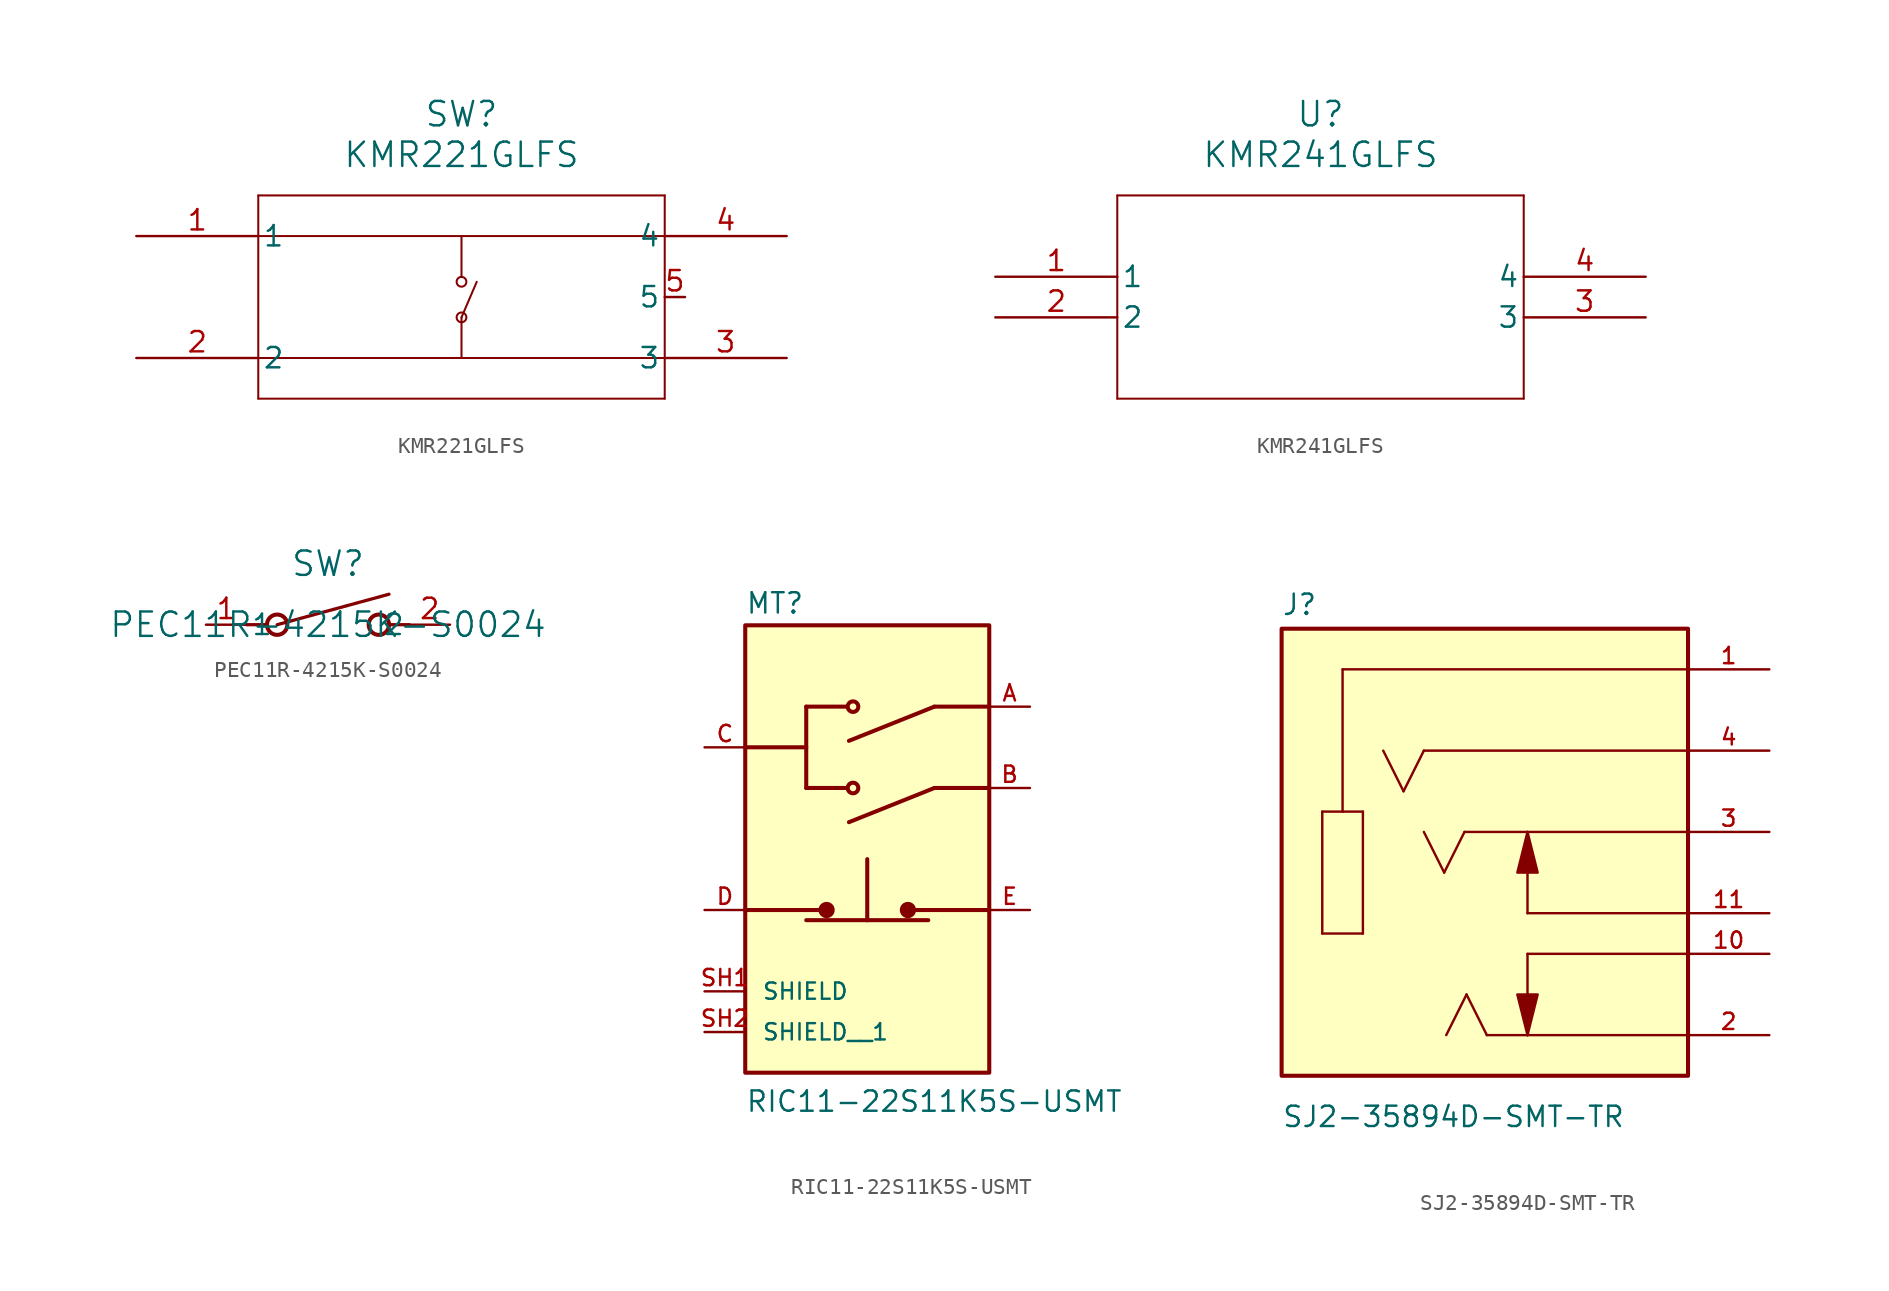
<source format=kicad_sym>
(kicad_symbol_lib
  (version 20231120)
  (generator "kicad_symbol_editor")
  (generator_version "8.0")
  (symbol "KMR221GLFS"
    (pin_names
      (offset 0.254))
    (property "Reference" "SW"
      (at 20.32 7.62 0)
      (effects (font (size 1.524 1.524))))
    (property "Value" "KMR221GLFS"
      (at 20.32 5.08 0)
      (effects (font (size 1.524 1.524))))
    (property "ki_locked" ""
      (at 0 0 0)
      (effects (font (size 1.27 1.27))))
    (symbol "KMR221GLFS_0_1"
      (polyline (pts (xy 7.62 -10.16) (xy 33.02 -10.16)) (stroke (width 0.127) (type default)) (fill (type none)))
      (polyline (pts (xy 7.62 -7.62) (xy 33.02 -7.62)) (stroke (width 0.127) (type default)) (fill (type none)))
      (polyline (pts (xy 7.62 0) (xy 33.02 0)) (stroke (width 0.127) (type default)) (fill (type none)))
      (polyline (pts (xy 7.62 2.54) (xy 7.62 -10.16)) (stroke (width 0.127) (type default)) (fill (type none)))
      (polyline (pts (xy 20.32 -5.08) (xy 20.32 -7.62)) (stroke (width 0.127) (type default)) (fill (type none)))
      (polyline (pts (xy 20.32 -5.08) (xy 21.273 -2.857)) (stroke (width 0.127) (type default)) (fill (type none)))
      (polyline (pts (xy 20.32 0) (xy 20.32 -2.54)) (stroke (width 0.127) (type default)) (fill (type none)))
      (polyline (pts (xy 33.02 -10.16) (xy 33.02 2.54)) (stroke (width 0.127) (type default)) (fill (type none)))
      (polyline (pts (xy 33.02 2.54) (xy 7.62 2.54)) (stroke (width 0.127) (type default)) (fill (type none)))
      (circle (center 20.32 -5.08) (radius 0.305) (stroke (width 0.127) (type default)) (fill (type none)))
      (circle (center 20.32 -2.857) (radius 0.305) (stroke (width 0.127) (type default)) (fill (type none)))
      (pin passive line (at 0 0 0) (length 7.62) (name "1" (effects (font (size 1.27 1.27)))) (number "1" (effects (font (size 1.27 1.27)))))
      (pin passive line (at 0 -7.62 0) (length 7.62) (name "2" (effects (font (size 1.27 1.27)))) (number "2" (effects (font (size 1.27 1.27)))))
      (pin passive line (at 40.64 -7.62 180) (length 7.62) (name "3" (effects (font (size 1.27 1.27)))) (number "3" (effects (font (size 1.27 1.27)))))
      (pin passive line (at 40.64 0 180) (length 7.62) (name "4" (effects (font (size 1.27 1.27)))) (number "4" (effects (font (size 1.27 1.27))))))
    (symbol "KMR221GLFS_1_1"
      (pin passive line (at 34.29 -3.81 180) (length 1.27) (name "5" (effects (font (size 1.27 1.27)))) (number "5" (effects (font (size 1.27 1.27)))))))
  (symbol "KMR241GLFS"
    (pin_names
      (offset 0.254))
    (property "Reference" "U"
      (at 20.32 10.16 0)
      (effects (font (size 1.524 1.524))))
    (property "Value" "KMR241GLFS"
      (at 20.32 7.62 0)
      (effects (font (size 1.524 1.524))))
    (property "ki_locked" ""
      (at 0 0 0)
      (effects (font (size 1.27 1.27))))
    (symbol "KMR241GLFS_0_1"
      (polyline (pts (xy 7.62 -7.62) (xy 33.02 -7.62)) (stroke (width 0.127) (type default)) (fill (type none)))
      (polyline (pts (xy 7.62 5.08) (xy 7.62 -7.62)) (stroke (width 0.127) (type default)) (fill (type none)))
      (polyline (pts (xy 33.02 -7.62) (xy 33.02 5.08)) (stroke (width 0.127) (type default)) (fill (type none)))
      (polyline (pts (xy 33.02 5.08) (xy 7.62 5.08)) (stroke (width 0.127) (type default)) (fill (type none)))
      (pin passive line (at 0 0 0) (length 7.62) (name "1" (effects (font (size 1.27 1.27)))) (number "1" (effects (font (size 1.27 1.27)))))
      (pin passive line (at 0 -2.54 0) (length 7.62) (name "2" (effects (font (size 1.27 1.27)))) (number "2" (effects (font (size 1.27 1.27)))))
      (pin passive line (at 40.64 -2.54 180) (length 7.62) (name "3" (effects (font (size 1.27 1.27)))) (number "3" (effects (font (size 1.27 1.27)))))
      (pin passive line (at 40.64 0 180) (length 7.62) (name "4" (effects (font (size 1.27 1.27)))) (number "4" (effects (font (size 1.27 1.27)))))))
  (symbol "PEC11R-4215K-S0024"
    (pin_names
      (offset 0.254))
    (property "Reference" "SW"
      (at 0 3.81 0)
      (effects (font (size 1.524 1.524))))
    (property "Value" "PEC11R-4215K-S0024"
      (at 0 0 0)
      (effects (font (size 1.524 1.524))))
    (property "ki_locked" ""
      (at 0 0 0)
      (effects (font (size 1.27 1.27))))
    (symbol "PEC11R-4215K-S0024_0_1"
      (circle (center -3.175 0) (radius 0.635) (stroke (width 0.254) (type default)) (fill (type none)))
      (polyline (pts (xy -5.08 0) (xy -3.81 0)) (stroke (width 0.203) (type default)) (fill (type none)))
      (polyline (pts (xy -3.175 0) (xy 3.81 1.905)) (stroke (width 0.203) (type default)) (fill (type none)))
      (polyline (pts (xy 5.08 0) (xy 3.81 0)) (stroke (width 0.203) (type default)) (fill (type none)))
      (circle (center 3.175 0) (radius 0.635) (stroke (width 0.254) (type default)) (fill (type none)))
      (pin unspecified line (at -7.62 0 0) (length 2.54) (name "1" (effects (font (size 1.27 1.27)))) (number "1" (effects (font (size 1.27 1.27)))))
      (pin unspecified line (at 7.62 0 180) (length 2.54) (name "2" (effects (font (size 1.27 1.27)))) (number "2" (effects (font (size 1.27 1.27)))))))
  (symbol "RIC11-22S11K5S-USMT"
    (pin_names
      (offset 1.016))
    (property "Reference" "MT"
      (at -7.62 13.335 0)
      (effects (font (size 1.27 1.27)) (justify left bottom)))
    (property "Value" "RIC11-22S11K5S-USMT"
      (at -7.62 -17.78 0)
      (effects (font (size 1.27 1.27)) (justify left bottom)))
    (symbol "RIC11-22S11K5S-USMT_0_0"
      (rectangle (start -7.62 -15.24) (end 7.62 12.7) (stroke (width 0.254) (type default)) (fill (type background)))
      (circle (center -2.54 -5.08) (radius 0.254) (stroke (width 0.508) (type default)) (fill (type none)))
      (circle (center -0.889 2.54) (radius 0.33) (stroke (width 0.254) (type default)) (fill (type none)))
      (circle (center -0.889 7.62) (radius 0.33) (stroke (width 0.254) (type default)) (fill (type none)))
      (polyline (pts (xy -7.62 -5.08) (xy -2.54 -5.08)) (stroke (width 0.254) (type default)) (fill (type none)))
      (polyline (pts (xy -7.62 5.08) (xy -3.81 5.08)) (stroke (width 0.254) (type default)) (fill (type none)))
      (polyline (pts (xy -3.81 -5.715) (xy 0 -5.715)) (stroke (width 0.254) (type default)) (fill (type none)))
      (polyline (pts (xy -3.81 2.54) (xy -3.81 7.62)) (stroke (width 0.254) (type default)) (fill (type none)))
      (polyline (pts (xy -1.27 2.54) (xy -3.81 2.54)) (stroke (width 0.254) (type default)) (fill (type none)))
      (polyline (pts (xy -1.27 7.62) (xy -3.81 7.62)) (stroke (width 0.254) (type default)) (fill (type none)))
      (polyline (pts (xy 0 -5.715) (xy 0 -1.905)) (stroke (width 0.254) (type default)) (fill (type none)))
      (polyline (pts (xy 0 -5.715) (xy 3.81 -5.715)) (stroke (width 0.254) (type default)) (fill (type none)))
      (polyline (pts (xy 2.54 -5.08) (xy 7.62 -5.08)) (stroke (width 0.254) (type default)) (fill (type none)))
      (polyline (pts (xy 4.191 2.54) (xy -1.143 0.406)) (stroke (width 0.254) (type default)) (fill (type none)))
      (polyline (pts (xy 4.191 7.62) (xy -1.143 5.486)) (stroke (width 0.254) (type default)) (fill (type none)))
      (polyline (pts (xy 7.62 2.54) (xy 4.191 2.54)) (stroke (width 0.254) (type default)) (fill (type none)))
      (polyline (pts (xy 7.62 7.62) (xy 4.191 7.62)) (stroke (width 0.254) (type default)) (fill (type none)))
      (circle (center 2.54 -5.08) (radius 0.254) (stroke (width 0.508) (type default)) (fill (type none)))
      (pin passive line (at 10.16 7.62 180) (length 2.54) (name "~" (effects (font (size 1.016 1.016)))) (number "A" (effects (font (size 1.016 1.016)))))
      (pin passive line (at 10.16 2.54 180) (length 2.54) (name "~" (effects (font (size 1.016 1.016)))) (number "B" (effects (font (size 1.016 1.016)))))
      (pin passive line (at -10.16 5.08 0) (length 2.54) (name "~" (effects (font (size 1.016 1.016)))) (number "C" (effects (font (size 1.016 1.016)))))
      (pin passive line (at -10.16 -5.08 0) (length 2.54) (name "~" (effects (font (size 1.016 1.016)))) (number "D" (effects (font (size 1.016 1.016)))))
      (pin passive line (at 10.16 -5.08 180) (length 2.54) (name "~" (effects (font (size 1.016 1.016)))) (number "E" (effects (font (size 1.016 1.016)))))
      (pin passive line (at -10.16 -10.16 0) (length 2.54) (name "SHIELD" (effects (font (size 1.016 1.016)))) (number "SH1" (effects (font (size 1.016 1.016)))))
      (pin passive line (at -10.16 -12.7 0) (length 2.54) (name "SHIELD__1" (effects (font (size 1.016 1.016)))) (number "SH2" (effects (font (size 1.016 1.016)))))))
  (symbol "SJ2-35894D-SMT-TR"
    (pin_names
      (offset 1.016))
    (property "Reference" "J"
      (at -12.709 16.002 0)
      (effects (font (size 1.27 1.27)) (justify left bottom)))
    (property "Value" "SJ2-35894D-SMT-TR"
      (at -12.701 -16.002 0)
      (effects (font (size 1.27 1.27)) (justify left bottom)))
    (symbol "SJ2-35894D-SMT-TR_0_0"
      (rectangle (start -12.7 -12.7) (end 12.7 15.24) (stroke (width 0.254) (type default)) (fill (type background)))
      (polyline (pts (xy -10.16 -3.81) (xy -10.16 3.81)) (stroke (width 0.152) (type default)) (fill (type none)))
      (polyline (pts (xy -10.16 3.81) (xy -8.89 3.81)) (stroke (width 0.152) (type default)) (fill (type none)))
      (polyline (pts (xy -8.89 3.81) (xy -7.62 3.81)) (stroke (width 0.152) (type default)) (fill (type none)))
      (polyline (pts (xy -8.89 12.7) (xy -8.89 3.81)) (stroke (width 0.152) (type default)) (fill (type none)))
      (polyline (pts (xy -7.62 -3.81) (xy -10.16 -3.81)) (stroke (width 0.152) (type default)) (fill (type none)))
      (polyline (pts (xy -7.62 3.81) (xy -7.62 -3.81)) (stroke (width 0.152) (type default)) (fill (type none)))
      (polyline (pts (xy -5.08 5.08) (xy -6.35 7.62)) (stroke (width 0.152) (type default)) (fill (type none)))
      (polyline (pts (xy -3.81 7.62) (xy -5.08 5.08)) (stroke (width 0.152) (type default)) (fill (type none)))
      (polyline (pts (xy -2.54 0) (xy -3.81 2.54)) (stroke (width 0.152) (type default)) (fill (type none)))
      (polyline (pts (xy -1.27 2.54) (xy -2.54 0)) (stroke (width 0.152) (type default)) (fill (type none)))
      (polyline (pts (xy -1.143 -7.62) (xy -2.413 -10.16)) (stroke (width 0.152) (type default)) (fill (type none)))
      (polyline (pts (xy 0.127 -10.16) (xy -1.143 -7.62)) (stroke (width 0.152) (type default)) (fill (type none)))
      (polyline (pts (xy 2.667 -10.16) (xy 0.127 -10.16)) (stroke (width 0.152) (type default)) (fill (type none)))
      (polyline (pts (xy 2.667 -5.08) (xy 2.667 -10.16)) (stroke (width 0.152) (type default)) (fill (type none)))
      (polyline (pts (xy 2.667 -2.54) (xy 2.667 2.54)) (stroke (width 0.152) (type default)) (fill (type none)))
      (polyline (pts (xy 12.7 -10.16) (xy 2.667 -10.16)) (stroke (width 0.152) (type default)) (fill (type none)))
      (polyline (pts (xy 12.7 -5.08) (xy 2.667 -5.08)) (stroke (width 0.152) (type default)) (fill (type none)))
      (polyline (pts (xy 12.7 -2.54) (xy 2.667 -2.54)) (stroke (width 0.152) (type default)) (fill (type none)))
      (polyline (pts (xy 12.7 2.54) (xy -1.27 2.54)) (stroke (width 0.152) (type default)) (fill (type none)))
      (polyline (pts (xy 12.7 7.62) (xy -3.81 7.62)) (stroke (width 0.152) (type default)) (fill (type none)))
      (polyline (pts (xy 12.7 12.7) (xy -8.89 12.7)) (stroke (width 0.152) (type default)) (fill (type none)))
      (polyline (pts (xy 2.667 -10.16) (xy 2.032 -7.62) (xy 3.302 -7.62) (xy 2.667 -10.16)) (stroke (width 0.152) (type default)) (fill (type outline)))
      (polyline (pts (xy 2.667 2.54) (xy 2.032 0) (xy 3.302 0) (xy 2.667 2.54)) (stroke (width 0.152) (type default)) (fill (type outline)))
      (pin passive line (at 17.78 12.7 180) (length 5.08) (name "~" (effects (font (size 1.016 1.016)))) (number "1" (effects (font (size 1.016 1.016)))))
      (pin passive line (at 17.78 -5.08 180) (length 5.08) (name "~" (effects (font (size 1.016 1.016)))) (number "10" (effects (font (size 1.016 1.016)))))
      (pin passive line (at 17.78 -2.54 180) (length 5.08) (name "~" (effects (font (size 1.016 1.016)))) (number "11" (effects (font (size 1.016 1.016)))))
      (pin passive line (at 17.78 -10.16 180) (length 5.08) (name "~" (effects (font (size 1.016 1.016)))) (number "2" (effects (font (size 1.016 1.016)))))
      (pin passive line (at 17.78 2.54 180) (length 5.08) (name "~" (effects (font (size 1.016 1.016)))) (number "3" (effects (font (size 1.016 1.016)))))
      (pin passive line (at 17.78 7.62 180) (length 5.08) (name "~" (effects (font (size 1.016 1.016)))) (number "4" (effects (font (size 1.016 1.016))))))))
</source>
